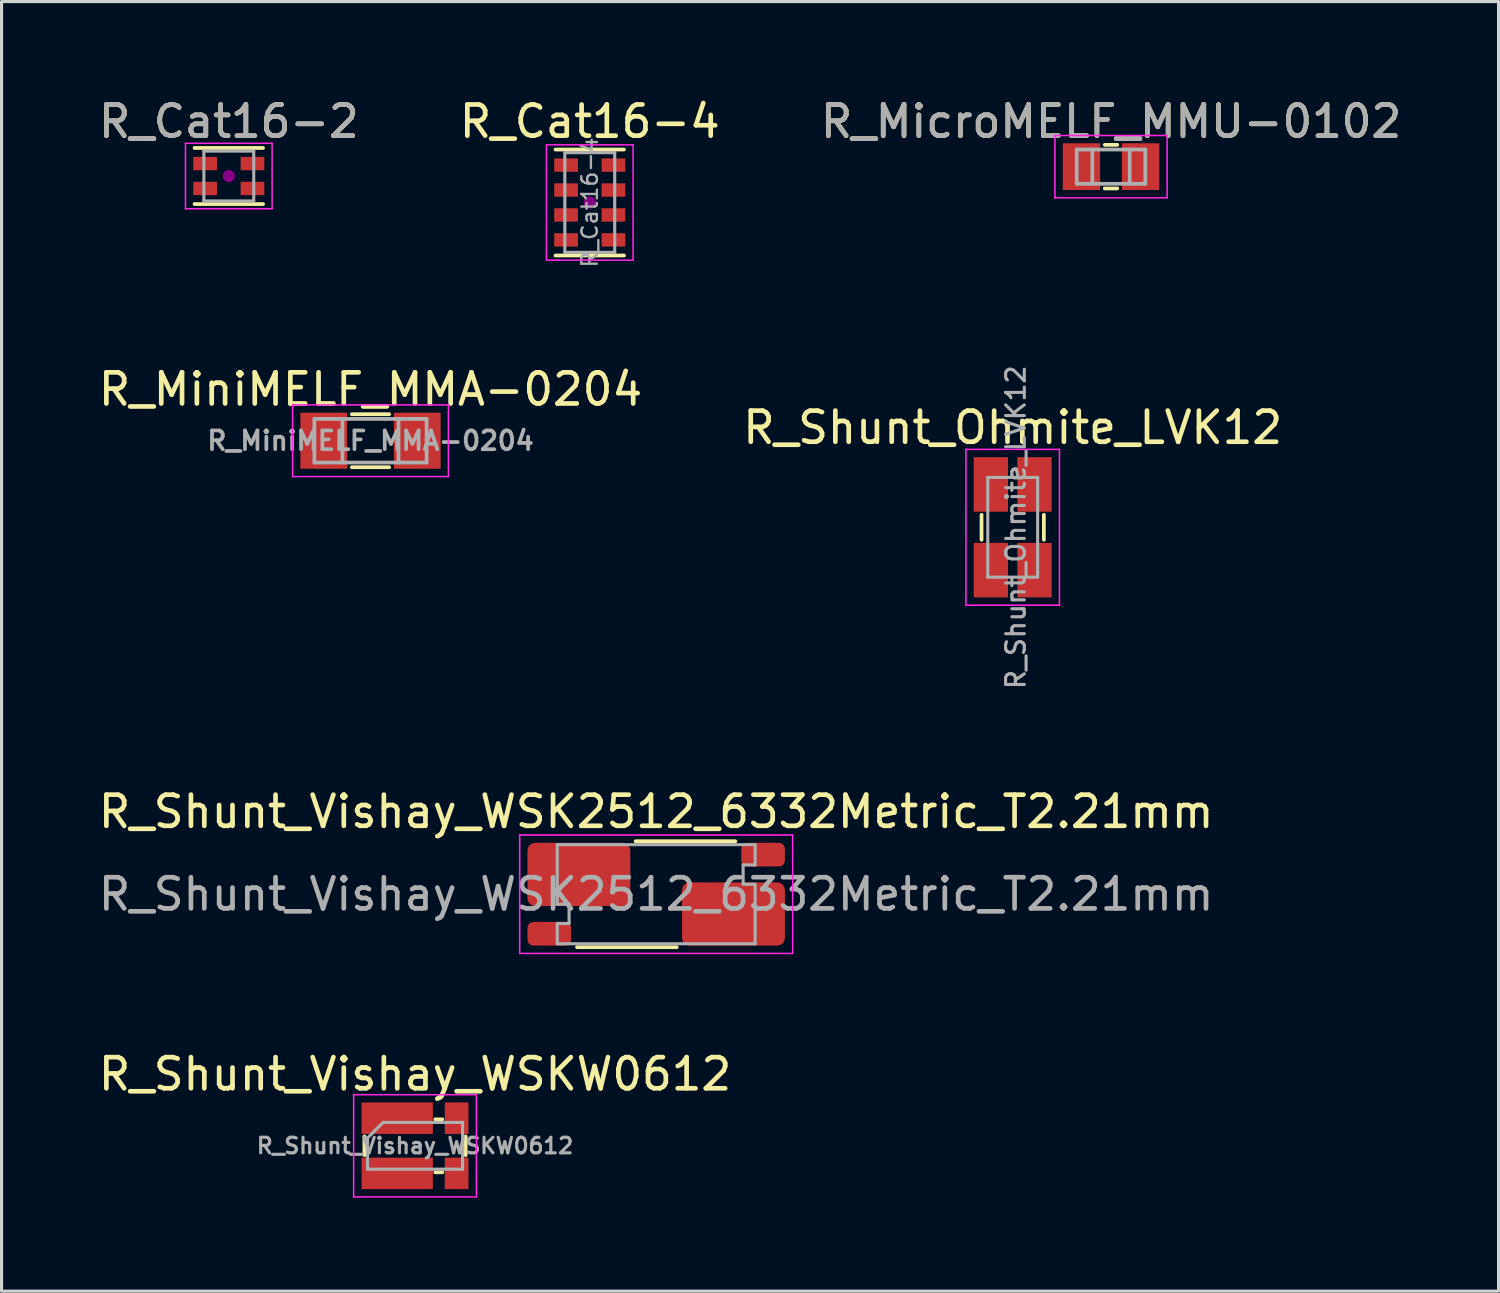
<source format=kicad_pcb>
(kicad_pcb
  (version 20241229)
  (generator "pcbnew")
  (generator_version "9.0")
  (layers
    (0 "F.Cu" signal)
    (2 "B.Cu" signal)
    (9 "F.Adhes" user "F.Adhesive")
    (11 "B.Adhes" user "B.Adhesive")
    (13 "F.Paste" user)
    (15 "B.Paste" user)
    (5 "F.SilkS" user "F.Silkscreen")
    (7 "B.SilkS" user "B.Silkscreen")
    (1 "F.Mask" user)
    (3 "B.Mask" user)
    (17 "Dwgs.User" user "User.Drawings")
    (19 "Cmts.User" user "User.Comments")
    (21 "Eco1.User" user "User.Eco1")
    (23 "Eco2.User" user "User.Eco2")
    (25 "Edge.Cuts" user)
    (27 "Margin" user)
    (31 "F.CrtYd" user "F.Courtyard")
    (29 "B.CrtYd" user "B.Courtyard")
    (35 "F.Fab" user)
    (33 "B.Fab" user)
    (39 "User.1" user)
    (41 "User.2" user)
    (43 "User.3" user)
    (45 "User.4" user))
  (footprint "R_Shunt_Vishay_WSKW0612"
    (layer "F.Cu")
    (at 10.268 33.717)
    (property "Reference" "R_Shunt_Vishay_WSKW0612" (at 0 -2.3 0) (layer "F.SilkS") (effects (font (size 1 1) (thickness 0.15))))
    (attr smd)
    (fp_line (start -1.625 0.3) (end -1.625 -0.3) (stroke (width 0.12) (type solid)) (layer "F.SilkS"))
    (fp_line (start 0.65 -0.85) (end 0.875 -0.85) (stroke (width 0.12) (type solid)) (layer "F.SilkS"))
    (fp_line (start 0.65 0.85) (end 0.875 0.85) (stroke (width 0.12) (type solid)) (layer "F.SilkS"))
    (fp_line (start 1.625 0.3) (end 1.625 -0.3) (stroke (width 0.12) (type solid)) (layer "F.SilkS"))
    (fp_line (start -1.97 1.64) (end -1.97 -1.64) (stroke (width 0.05) (type solid)) (layer "F.CrtYd"))
    (fp_line (start -1.97 1.64) (end 1.97 1.64) (stroke (width 0.05) (type solid)) (layer "F.CrtYd"))
    (fp_line (start 1.97 -1.64) (end -1.97 -1.64) (stroke (width 0.05) (type solid)) (layer "F.CrtYd"))
    (fp_line (start 1.97 -1.64) (end 1.97 1.64) (stroke (width 0.05) (type solid)) (layer "F.CrtYd"))
    (fp_line (start -1.525 -0.25) (end -1.025 -0.75) (stroke (width 0.1) (type solid)) (layer "F.Fab"))
    (fp_line (start -1.525 0.75) (end -1.525 -0.25) (stroke (width 0.1) (type solid)) (layer "F.Fab"))
    (fp_line (start -1.525 0.75) (end 1.525 0.75) (stroke (width 0.1) (type solid)) (layer "F.Fab"))
    (fp_line (start 1.525 -0.75) (end -1.025 -0.75) (stroke (width 0.1) (type solid)) (layer "F.Fab"))
    (fp_line (start 1.525 0.75) (end 1.525 -0.75) (stroke (width 0.1) (type solid)) (layer "F.Fab"))
    (fp_text user "${REFERENCE}" (at 0 0 0) (layer "F.Fab") (effects (font (size 0.5 0.5) (thickness 0.1))))
    (pad "1" smd rect (at -0.572 -0.885) (size 2.287 1.01) (layers "F.Cu" "F.Mask" "F.Paste"))
    (pad "2" smd rect (at 1.334 -0.885) (size 0.762 1.01) (layers "F.Cu" "F.Mask" "F.Paste"))
    (pad "3" smd rect (at 1.334 0.885) (size 0.762 1.01) (layers "F.Cu" "F.Mask" "F.Paste"))
    (pad "4" smd rect (at -0.572 0.885) (size 2.287 1.01) (layers "F.Cu" "F.Mask" "F.Paste")))
  (footprint "R_Cat16-2"
    (layer "F.Cu")
    (at 4.292 2.598)
    (property "Reference" "R_Cat16-2" (at 0 -1.75 0) (layer "F.SilkS") (effects (font (size 1 1) (thickness 0.15))))
    (attr smd)
    (fp_line (start 1.1 -0.9) (end -1.1 -0.9) (stroke (width 0.12) (type solid)) (layer "F.SilkS"))
    (fp_line (start 1.1 0.9) (end -1.1 0.9) (stroke (width 0.12) (type solid)) (layer "F.SilkS"))
    (fp_circle (center 0 0) (end -0.1 0) (stroke (width 0.2) (type solid)) (fill no) (layer "F.Adhes"))
    (fp_line (start -1.39 -1.05) (end -1.39 1.05) (stroke (width 0.05) (type solid)) (layer "F.CrtYd"))
    (fp_line (start -1.39 -1.05) (end 1.39 -1.05) (stroke (width 0.05) (type solid)) (layer "F.CrtYd"))
    (fp_line (start 1.39 1.05) (end -1.39 1.05) (stroke (width 0.05) (type solid)) (layer "F.CrtYd"))
    (fp_line (start 1.39 1.05) (end 1.39 -1.05) (stroke (width 0.05) (type solid)) (layer "F.CrtYd"))
    (fp_line (start -0.8 -0.8) (end 0.8 -0.8) (stroke (width 0.1) (type solid)) (layer "F.Fab"))
    (fp_line (start -0.8 0.8) (end -0.8 -0.8) (stroke (width 0.1) (type solid)) (layer "F.Fab"))
    (fp_line (start 0.8 -0.8) (end 0.8 0.8) (stroke (width 0.1) (type solid)) (layer "F.Fab"))
    (fp_line (start 0.8 0.8) (end -0.8 0.8) (stroke (width 0.1) (type solid)) (layer "F.Fab"))
    (fp_text user "${REFERENCE}" (at 0 -1.75 0) (layer "F.Fab") (effects (font (size 1 1) (thickness 0.15))))
    (pad "1" smd rect (at -0.76 -0.4 180) (size 0.76 0.43) (layers "F.Cu" "F.Mask" "F.Paste"))
    (pad "2" smd rect (at -0.76 0.4 180) (size 0.76 0.43) (layers "F.Cu" "F.Mask" "F.Paste"))
    (pad "3" smd rect (at 0.76 0.4 180) (size 0.76 0.43) (layers "F.Cu" "F.Mask" "F.Paste"))
    (pad "4" smd rect (at 0.76 -0.4 180) (size 0.76 0.43) (layers "F.Cu" "F.Mask" "F.Paste")))
  (footprint "R_Cat16-4"
    (layer "F.Cu")
    (at 15.875 3.448)
    (property "Reference" "R_Cat16-4" (at 0 -2.6 0) (layer "F.SilkS") (effects (font (size 1 1) (thickness 0.15))))
    (attr smd)
    (fp_line (start 1.1 -1.7) (end -1.1 -1.7) (stroke (width 0.12) (type solid)) (layer "F.SilkS"))
    (fp_line (start 1.1 1.7) (end -1.1 1.7) (stroke (width 0.12) (type solid)) (layer "F.SilkS"))
    (fp_circle (center 0 0) (end -0.1 0) (stroke (width 0.2) (type solid)) (fill no) (layer "F.Adhes"))
    (fp_line (start -1.39 -1.85) (end -1.39 1.85) (stroke (width 0.05) (type solid)) (layer "F.CrtYd"))
    (fp_line (start -1.39 -1.85) (end 1.39 -1.85) (stroke (width 0.05) (type solid)) (layer "F.CrtYd"))
    (fp_line (start 1.39 1.85) (end -1.39 1.85) (stroke (width 0.05) (type solid)) (layer "F.CrtYd"))
    (fp_line (start 1.39 1.85) (end 1.39 -1.85) (stroke (width 0.05) (type solid)) (layer "F.CrtYd"))
    (fp_line (start -0.8 -1.6) (end 0.8 -1.6) (stroke (width 0.1) (type solid)) (layer "F.Fab"))
    (fp_line (start -0.8 1.6) (end -0.8 -1.6) (stroke (width 0.1) (type solid)) (layer "F.Fab"))
    (fp_line (start 0.8 -1.6) (end 0.8 1.6) (stroke (width 0.1) (type solid)) (layer "F.Fab"))
    (fp_line (start 0.8 1.6) (end -0.8 1.6) (stroke (width 0.1) (type solid)) (layer "F.Fab"))
    (fp_text user "${REFERENCE}" (at 0 0 90) (layer "F.Fab") (effects (font (size 0.5 0.5) (thickness 0.075))))
    (pad "1" smd rect (at -0.76 -1.2 180) (size 0.76 0.43) (layers "F.Cu" "F.Mask" "F.Paste"))
    (pad "2" smd rect (at -0.76 -0.4 180) (size 0.76 0.43) (layers "F.Cu" "F.Mask" "F.Paste"))
    (pad "3" smd rect (at -0.76 0.4 180) (size 0.76 0.43) (layers "F.Cu" "F.Mask" "F.Paste"))
    (pad "4" smd rect (at -0.76 1.2 180) (size 0.76 0.43) (layers "F.Cu" "F.Mask" "F.Paste"))
    (pad "5" smd rect (at 0.76 1.2 180) (size 0.76 0.43) (layers "F.Cu" "F.Mask" "F.Paste"))
    (pad "6" smd rect (at 0.76 0.4 180) (size 0.76 0.43) (layers "F.Cu" "F.Mask" "F.Paste"))
    (pad "7" smd rect (at 0.76 -0.4 180) (size 0.76 0.43) (layers "F.Cu" "F.Mask" "F.Paste"))
    (pad "8" smd rect (at 0.76 -1.2 180) (size 0.76 0.43) (layers "F.Cu" "F.Mask" "F.Paste")))
  (footprint "R_MiniMELF_MMA-0204"
    (layer "F.Cu")
    (at 8.839 11.092)
    (property "Reference" "R_MiniMELF_MMA-0204" (at 0 -1.65 0) (layer "F.SilkS") (effects (font (size 1 1) (thickness 0.15))))
    (attr smd)
    (fp_line (start -0.6 -0.85) (end 0.6 -0.85) (stroke (width 0.12) (type solid)) (layer "F.SilkS"))
    (fp_line (start 0.6 0.85) (end -0.6 0.85) (stroke (width 0.12) (type solid)) (layer "F.SilkS"))
    (fp_line (start -2.5 -1.15) (end -2.5 1.15) (stroke (width 0.05) (type solid)) (layer "F.CrtYd"))
    (fp_line (start -2.5 -1.15) (end 2.5 -1.15) (stroke (width 0.05) (type solid)) (layer "F.CrtYd"))
    (fp_line (start 2.5 1.15) (end -2.5 1.15) (stroke (width 0.05) (type solid)) (layer "F.CrtYd"))
    (fp_line (start 2.5 1.15) (end 2.5 -1.15) (stroke (width 0.05) (type solid)) (layer "F.CrtYd"))
    (fp_line (start -1.8 -0.7) (end -1.8 0.7) (stroke (width 0.12) (type solid)) (layer "F.Fab"))
    (fp_line (start -1.8 0.7) (end 1.8 0.7) (stroke (width 0.12) (type solid)) (layer "F.Fab"))
    (fp_line (start -0.9 -0.7) (end -0.9 0.7) (stroke (width 0.12) (type solid)) (layer "F.Fab"))
    (fp_line (start 0.9 0.7) (end 0.9 -0.7) (stroke (width 0.12) (type solid)) (layer "F.Fab"))
    (fp_line (start 1.8 -0.7) (end -1.8 -0.7) (stroke (width 0.12) (type solid)) (layer "F.Fab"))
    (fp_line (start 1.8 0.7) (end 1.8 -0.7) (stroke (width 0.12) (type solid)) (layer "F.Fab"))
    (fp_text user "${REFERENCE}" (at 0 0 0) (layer "F.Fab") (effects (font (size 0.6 0.6) (thickness 0.12))))
    (pad "1" smd rect (at -1.5 0) (size 1.5 1.8) (layers "F.Cu" "F.Mask" "F.Paste"))
    (pad "2" smd rect (at 1.5 0) (size 1.5 1.8) (layers "F.Cu" "F.Mask" "F.Paste")))
  (footprint "R_MicroMELF_MMU-0102"
    (layer "F.Cu")
    (at 32.601 2.298)
    (property "Reference" "R_MicroMELF_MMU-0102" (at 0 -1.45 0) (layer "F.SilkS") (effects (font (size 1 1) (thickness 0.15))))
    (attr smd)
    (fp_line (start -0.2 -0.7) (end 0.2 -0.7) (stroke (width 0.12) (type solid)) (layer "F.SilkS"))
    (fp_line (start 0.2 0.7) (end -0.2 0.7) (stroke (width 0.12) (type solid)) (layer "F.SilkS"))
    (fp_line (start -1.8 -1) (end -1.8 1) (stroke (width 0.05) (type solid)) (layer "F.CrtYd"))
    (fp_line (start -1.8 -1) (end 1.8 -1) (stroke (width 0.05) (type solid)) (layer "F.CrtYd"))
    (fp_line (start 1.8 1) (end -1.8 1) (stroke (width 0.05) (type solid)) (layer "F.CrtYd"))
    (fp_line (start 1.8 1) (end 1.8 -1) (stroke (width 0.05) (type solid)) (layer "F.CrtYd"))
    (fp_line (start -1.1 -0.55) (end 1.1 -0.55) (stroke (width 0.12) (type solid)) (layer "F.Fab"))
    (fp_line (start -1.1 0.55) (end -1.1 -0.55) (stroke (width 0.12) (type solid)) (layer "F.Fab"))
    (fp_line (start -0.6 -0.55) (end -0.6 0.55) (stroke (width 0.12) (type solid)) (layer "F.Fab"))
    (fp_line (start 0.6 -0.55) (end 0.6 0.55) (stroke (width 0.12) (type solid)) (layer "F.Fab"))
    (fp_line (start 1.1 -0.55) (end 1.1 0.55) (stroke (width 0.12) (type solid)) (layer "F.Fab"))
    (fp_line (start 1.1 0.55) (end -1.1 0.55) (stroke (width 0.12) (type solid)) (layer "F.Fab"))
    (fp_text user "${REFERENCE}" (at 0 -1.45 0) (layer "F.Fab") (effects (font (size 1 1) (thickness 0.15))))
    (pad "1" smd rect (at -0.95 0) (size 1.2 1.5) (layers "F.Cu" "F.Mask" "F.Paste"))
    (pad "2" smd rect (at 0.95 0) (size 1.2 1.5) (layers "F.Cu" "F.Mask" "F.Paste")))
  (footprint "R_Shunt_Vishay_WSK2512_6332Metric_T2.21mm"
    (layer "F.Cu")
    (at 18.006 25.644)
    (property "Reference" "R_Shunt_Vishay_WSK2512_6332Metric_T2.21mm" (at 0 -2.65 0) (layer "F.SilkS") (effects (font (size 1 1) (thickness 0.15))))
    (attr smd)
    (fp_line (start -2.54 1.7) (end 0.66 1.7) (stroke (width 0.12) (type solid)) (layer "F.SilkS"))
    (fp_line (start -0.66 -1.7) (end 2.54 -1.7) (stroke (width 0.12) (type solid)) (layer "F.SilkS"))
    (fp_line (start -4.38 -1.9) (end 4.38 -1.9) (stroke (width 0.05) (type solid)) (layer "F.CrtYd"))
    (fp_line (start -4.38 1.9) (end -4.38 -1.9) (stroke (width 0.05) (type solid)) (layer "F.CrtYd"))
    (fp_line (start 4.38 -1.9) (end 4.38 1.9) (stroke (width 0.05) (type solid)) (layer "F.CrtYd"))
    (fp_line (start 4.38 1.9) (end -4.38 1.9) (stroke (width 0.05) (type solid)) (layer "F.CrtYd"))
    (fp_line (start -3.175 -1.59) (end 3.175 -1.59) (stroke (width 0.1) (type solid)) (layer "F.Fab"))
    (fp_line (start -3.175 0.32) (end -3.175 -1.59) (stroke (width 0.1) (type solid)) (layer "F.Fab"))
    (fp_line (start -3.175 0.32) (end -2.795 0.32) (stroke (width 0.1) (type solid)) (layer "F.Fab"))
    (fp_line (start -3.175 0.94) (end -3.175 1.59) (stroke (width 0.1) (type solid)) (layer "F.Fab"))
    (fp_line (start -3.175 0.94) (end -2.795 0.94) (stroke (width 0.1) (type solid)) (layer "F.Fab"))
    (fp_line (start -2.795 0.94) (end -2.795 0.32) (stroke (width 0.1) (type solid)) (layer "F.Fab"))
    (fp_line (start 2.79 -0.94) (end 3.17 -0.94) (stroke (width 0.1) (type solid)) (layer "F.Fab"))
    (fp_line (start 2.79 -0.32) (end 2.79 -0.94) (stroke (width 0.1) (type solid)) (layer "F.Fab"))
    (fp_line (start 2.79 -0.32) (end 3.17 -0.32) (stroke (width 0.1) (type solid)) (layer "F.Fab"))
    (fp_line (start 3.175 -0.94) (end 3.175 -1.59) (stroke (width 0.1) (type solid)) (layer "F.Fab"))
    (fp_line (start 3.175 -0.32) (end 3.175 1.59) (stroke (width 0.1) (type solid)) (layer "F.Fab"))
    (fp_line (start 3.175 1.59) (end -3.175 1.59) (stroke (width 0.1) (type solid)) (layer "F.Fab"))
    (fp_text user "${REFERENCE}" (at 0 0 0) (layer "F.Fab") (effects (font (size 1 1) (thickness 0.15))))
    (pad "1" smd roundrect (at -2.48 -0.635) (size 3.3 2.03) (layers "F.Cu" "F.Mask" "F.Paste") (roundrect_rratio 0.12))
    (pad "2" smd roundrect (at -3.43 1.27) (size 1.4 0.76) (layers "F.Cu" "F.Mask" "F.Paste") (roundrect_rratio 0.25))
    (pad "3" smd roundrect (at 3.43 -1.27) (size 1.4 0.76) (layers "F.Cu" "F.Mask" "F.Paste") (roundrect_rratio 0.25))
    (pad "4" smd roundrect (at 2.48 0.635) (size 3.3 2.03) (layers "F.Cu" "F.Mask" "F.Paste") (roundrect_rratio 0.12)))
  (footprint "R_Shunt_Ohmite_LVK12"
    (layer "F.Cu")
    (at 29.446 13.87)
    (property "Reference" "R_Shunt_Ohmite_LVK12" (at 0 -3.2 180) (layer "F.SilkS") (effects (font (size 1 1) (thickness 0.15))))
    (attr smd)
    (fp_line (start -1 0.4) (end -1 -0.4) (stroke (width 0.12) (type solid)) (layer "F.SilkS"))
    (fp_line (start 1 -0.4) (end 1 0.4) (stroke (width 0.12) (type solid)) (layer "F.SilkS"))
    (fp_line (start -1.5 -2.5) (end 1.5 -2.5) (stroke (width 0.05) (type solid)) (layer "F.CrtYd"))
    (fp_line (start -1.5 2.5) (end -1.5 -2.5) (stroke (width 0.05) (type solid)) (layer "F.CrtYd"))
    (fp_line (start 1.5 -2.5) (end 1.5 2.5) (stroke (width 0.05) (type solid)) (layer "F.CrtYd"))
    (fp_line (start 1.5 2.5) (end -1.5 2.5) (stroke (width 0.05) (type solid)) (layer "F.CrtYd"))
    (fp_line (start -0.8 -1.6) (end -0.8 1.6) (stroke (width 0.1) (type solid)) (layer "F.Fab"))
    (fp_line (start -0.8 1.6) (end 0.8 1.6) (stroke (width 0.1) (type solid)) (layer "F.Fab"))
    (fp_line (start 0.8 -1.6) (end -0.8 -1.6) (stroke (width 0.1) (type solid)) (layer "F.Fab"))
    (fp_line (start 0.8 1.6) (end 0.8 -1.6) (stroke (width 0.1) (type solid)) (layer "F.Fab"))
    (fp_text user "${REFERENCE}" (at 0.1 0 90) (layer "F.Fab") (effects (font (size 0.6 0.6) (thickness 0.1))))
    (pad "1" smd rect (at -0.7 -1.375) (size 1.1 1.75) (layers "F.Cu" "F.Mask" "F.Paste"))
    (pad "2" smd rect (at 0.7 -1.375) (size 1.1 1.75) (layers "F.Cu" "F.Mask" "F.Paste"))
    (pad "3" smd rect (at -0.7 1.375) (size 1.1 1.75) (layers "F.Cu" "F.Mask" "F.Paste"))
    (pad "4" smd rect (at 0.7 1.375) (size 1.1 1.75) (layers "F.Cu" "F.Mask" "F.Paste")))
  (gr_rect
    (start -3 -3)
    (end 45.036 38.382)
    (stroke (width 0.1) (type default))
    (fill no)
    (layer "Edge.Cuts")))
</source>
